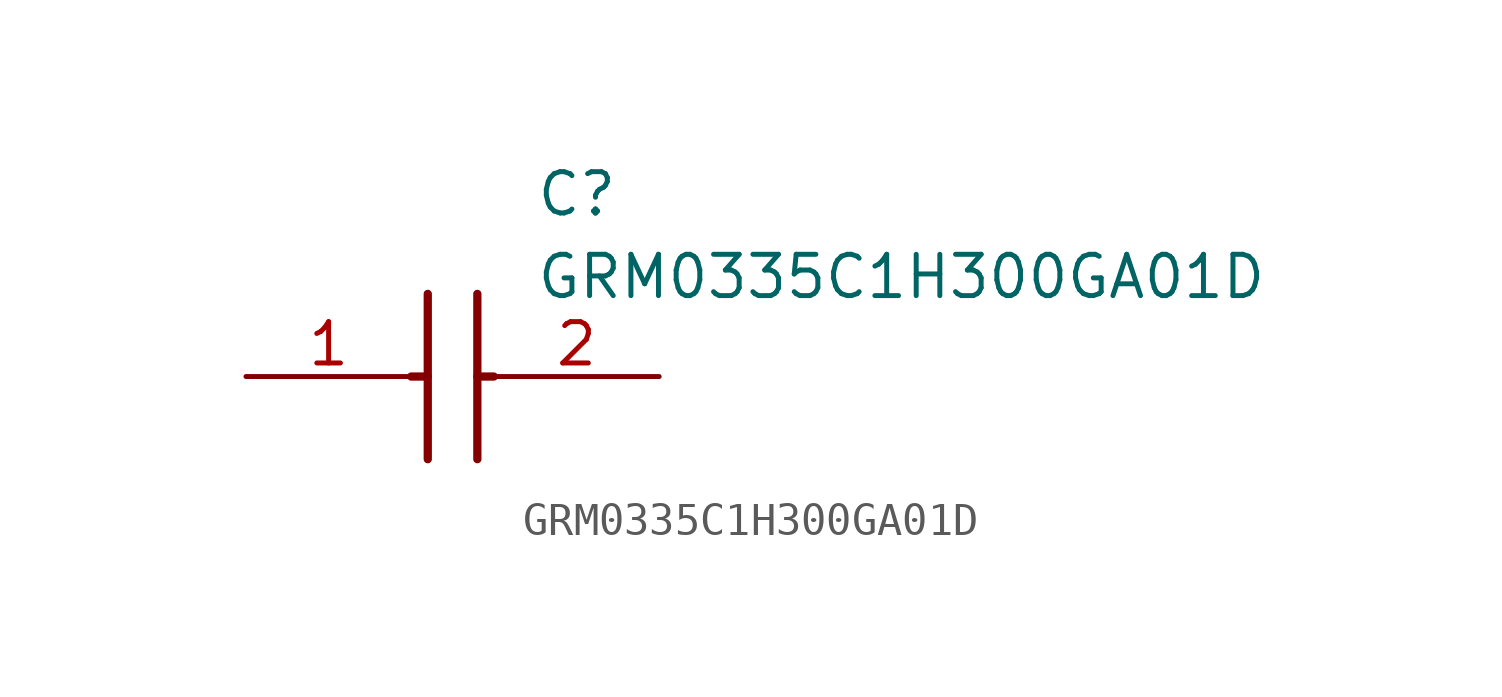
<source format=kicad_sym>
(kicad_symbol_lib
  (version 20211014)
  (generator SamacSys_ECAD_Model)
  (symbol "GRM0335C1H300GA01D"
    (pin_names hide)
    (property "Reference" "C"
      (at 8.89 6.35 0)
      (effects (font (size 1.27 1.27)) (justify left top)))
    (property "Value" "GRM0335C1H300GA01D"
      (at 8.89 3.81 0)
      (effects (font (size 1.27 1.27)) (justify left top)))
    (polyline
      (pts (xy 5.588 2.54) (xy 5.588 -2.54))
      (stroke (width 0.254) (type default))
      (fill (type none)))
    (polyline
      (pts (xy 7.112 2.54) (xy 7.112 -2.54))
      (stroke (width 0.254) (type default))
      (fill (type none)))
    (polyline
      (pts (xy 5.08 0) (xy 5.588 0))
      (stroke (width 0.254) (type default))
      (fill (type none)))
    (polyline
      (pts (xy 7.112 0) (xy 7.62 0))
      (stroke (width 0.254) (type default))
      (fill (type none)))
    (pin passive line
      (at 0 0 0)
      (length 5.08)
      (name "1" (effects (font (size 1.27 1.27))))
      (number "1" (effects (font (size 1.27 1.27)))))
    (pin passive line
      (at 12.7 0 180)
      (length 5.08)
      (name "2" (effects (font (size 1.27 1.27))))
      (number "2" (effects (font (size 1.27 1.27)))))))
</source>
